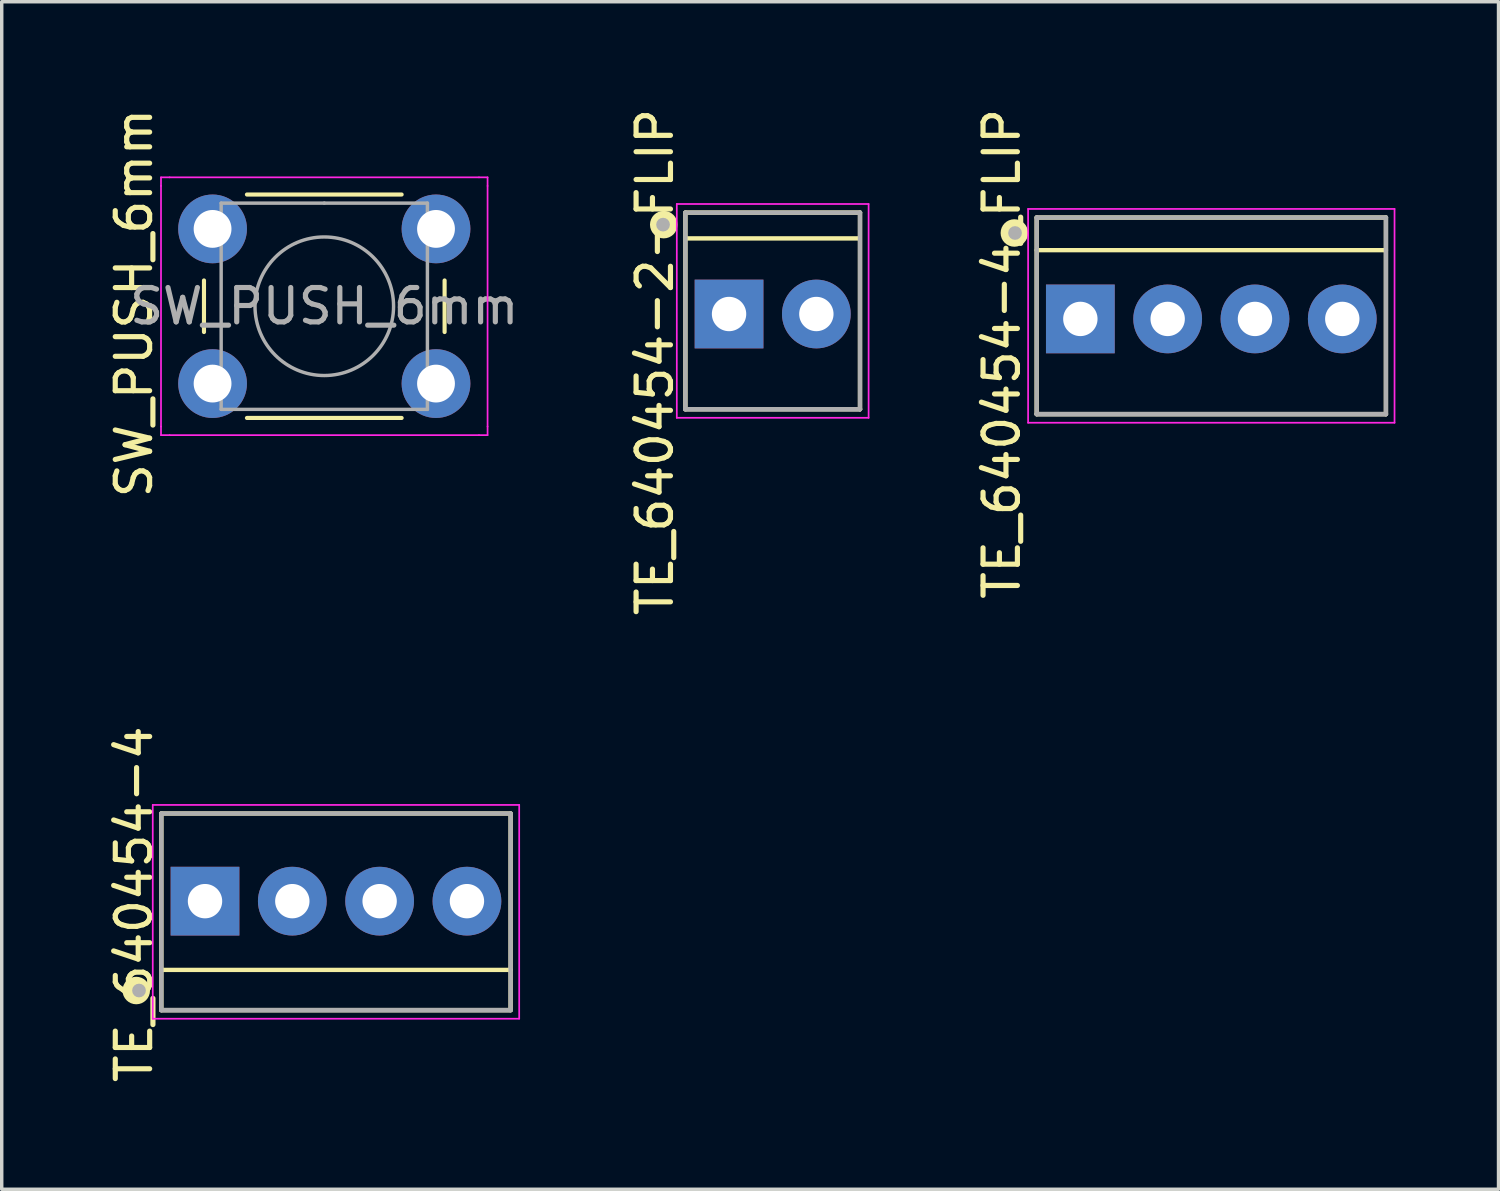
<source format=kicad_pcb>
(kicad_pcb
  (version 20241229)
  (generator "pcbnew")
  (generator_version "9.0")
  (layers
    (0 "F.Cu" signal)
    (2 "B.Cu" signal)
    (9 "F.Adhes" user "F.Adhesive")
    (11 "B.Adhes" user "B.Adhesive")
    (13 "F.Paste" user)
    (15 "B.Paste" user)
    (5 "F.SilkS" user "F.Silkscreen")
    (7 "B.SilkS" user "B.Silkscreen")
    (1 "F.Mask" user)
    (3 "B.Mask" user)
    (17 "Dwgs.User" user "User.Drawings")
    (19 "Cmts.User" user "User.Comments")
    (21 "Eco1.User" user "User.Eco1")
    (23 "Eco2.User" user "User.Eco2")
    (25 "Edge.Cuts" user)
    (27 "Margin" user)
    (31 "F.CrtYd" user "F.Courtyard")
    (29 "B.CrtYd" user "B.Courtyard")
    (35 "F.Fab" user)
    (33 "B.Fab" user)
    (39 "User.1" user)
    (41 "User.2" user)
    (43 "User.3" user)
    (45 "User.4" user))
  (footprint "TE_640454-4_FLIP"
    (layer "F.Cu")
    (at 28.379 6.228)
    (property "Reference" "TE_640454-4_FLIP" (at -2.286 1.016 270) (layer "F.SilkS") (effects (font (size 1 1) (thickness 0.15))))
    (attr through_hole)
    (fp_line (start -1.27 2.77) (end -1.27 -2.95) (stroke (width 0.127) (type solid)) (layer "F.SilkS"))
    (fp_line (start 8.89 -2.95) (end -1.27 -2.95) (stroke (width 0.127) (type solid)) (layer "F.SilkS"))
    (fp_line (start 8.89 -2.95) (end 8.89 2.77) (stroke (width 0.127) (type solid)) (layer "F.SilkS"))
    (fp_line (start 8.89 -2) (end -1.27 -2) (stroke (width 0.127) (type solid)) (layer "F.SilkS"))
    (fp_line (start 8.89 2.77) (end -1.27 2.77) (stroke (width 0.127) (type solid)) (layer "F.SilkS"))
    (fp_circle (center -1.92 -2.5) (end -1.72 -2.5) (stroke (width 0.4) (type solid)) (fill no) (layer "F.SilkS"))
    (fp_line (start -1.52 -3.2) (end 9.14 -3.2) (stroke (width 0.05) (type solid)) (layer "F.CrtYd"))
    (fp_line (start -1.52 3.02) (end -1.52 -3.2) (stroke (width 0.05) (type solid)) (layer "F.CrtYd"))
    (fp_line (start 9.14 -3.2) (end 9.14 3.02) (stroke (width 0.05) (type solid)) (layer "F.CrtYd"))
    (fp_line (start 9.14 3.02) (end -1.52 3.02) (stroke (width 0.05) (type solid)) (layer "F.CrtYd"))
    (fp_line (start -1.27 -2.95) (end 8.89 -2.95) (stroke (width 0.127) (type solid)) (layer "F.Fab"))
    (fp_line (start -1.27 2.77) (end -1.27 -2.95) (stroke (width 0.127) (type solid)) (layer "F.Fab"))
    (fp_line (start -1.27 2.77) (end -1.27 2.77) (stroke (width 0.127) (type solid)) (layer "F.Fab"))
    (fp_line (start -1.27 2.77) (end 8.89 2.77) (stroke (width 0.127) (type solid)) (layer "F.Fab"))
    (fp_line (start 8.89 -2.95) (end 8.89 2.77) (stroke (width 0.127) (type solid)) (layer "F.Fab"))
    (fp_line (start 8.89 2.77) (end -1.27 2.77) (stroke (width 0.127) (type solid)) (layer "F.Fab"))
    (fp_line (start 8.89 2.77) (end 8.89 2.77) (stroke (width 0.127) (type solid)) (layer "F.Fab"))
    (fp_circle (center -1.9 -2.5) (end -1.8 -2.5) (stroke (width 0.2) (type solid)) (fill no) (layer "F.Fab"))
    (pad "1" thru_hole rect (at 0 0) (size 2 2) (drill 1) (layers "*.Cu" "*.Mask"))
    (pad "2" thru_hole circle (at 2.54 0) (size 2 2) (drill 1) (layers "*.Cu" "*.Mask"))
    (pad "3" thru_hole circle (at 5.08 0) (size 2 2) (drill 1) (layers "*.Cu" "*.Mask"))
    (pad "4" thru_hole circle (at 7.62 0) (size 2 2) (drill 1) (layers "*.Cu" "*.Mask")))
  (footprint "SW_PUSH_6mm"
    (layer "F.Cu")
    (at 3.134 3.609)
    (property "Reference" "SW_PUSH_6mm" (at -2.286 2.159 90) (layer "F.SilkS") (effects (font (size 1 1) (thickness 0.15))))
    (attr through_hole)
    (fp_line (start -0.25 1.5) (end -0.25 3) (stroke (width 0.12) (type solid)) (layer "F.SilkS"))
    (fp_line (start 1 5.5) (end 5.5 5.5) (stroke (width 0.12) (type solid)) (layer "F.SilkS"))
    (fp_line (start 5.5 -1) (end 1 -1) (stroke (width 0.12) (type solid)) (layer "F.SilkS"))
    (fp_line (start 6.75 3) (end 6.75 1.5) (stroke (width 0.12) (type solid)) (layer "F.SilkS"))
    (fp_line (start -1.5 -1.5) (end -1.25 -1.5) (stroke (width 0.05) (type solid)) (layer "F.CrtYd"))
    (fp_line (start -1.5 -1.25) (end -1.5 -1.5) (stroke (width 0.05) (type solid)) (layer "F.CrtYd"))
    (fp_line (start -1.5 5.75) (end -1.5 -1.25) (stroke (width 0.05) (type solid)) (layer "F.CrtYd"))
    (fp_line (start -1.5 5.75) (end -1.5 6) (stroke (width 0.05) (type solid)) (layer "F.CrtYd"))
    (fp_line (start -1.5 6) (end -1.25 6) (stroke (width 0.05) (type solid)) (layer "F.CrtYd"))
    (fp_line (start -1.25 -1.5) (end 7.75 -1.5) (stroke (width 0.05) (type solid)) (layer "F.CrtYd"))
    (fp_line (start 7.75 -1.5) (end 8 -1.5) (stroke (width 0.05) (type solid)) (layer "F.CrtYd"))
    (fp_line (start 7.75 6) (end -1.25 6) (stroke (width 0.05) (type solid)) (layer "F.CrtYd"))
    (fp_line (start 7.75 6) (end 8 6) (stroke (width 0.05) (type solid)) (layer "F.CrtYd"))
    (fp_line (start 8 -1.5) (end 8 -1.25) (stroke (width 0.05) (type solid)) (layer "F.CrtYd"))
    (fp_line (start 8 -1.25) (end 8 5.75) (stroke (width 0.05) (type solid)) (layer "F.CrtYd"))
    (fp_line (start 8 6) (end 8 5.75) (stroke (width 0.05) (type solid)) (layer "F.CrtYd"))
    (fp_line (start 0.25 -0.75) (end 3.25 -0.75) (stroke (width 0.1) (type solid)) (layer "F.Fab"))
    (fp_line (start 0.25 5.25) (end 0.25 -0.75) (stroke (width 0.1) (type solid)) (layer "F.Fab"))
    (fp_line (start 3.25 -0.75) (end 6.25 -0.75) (stroke (width 0.1) (type solid)) (layer "F.Fab"))
    (fp_line (start 6.25 -0.75) (end 6.25 5.25) (stroke (width 0.1) (type solid)) (layer "F.Fab"))
    (fp_line (start 6.25 5.25) (end 0.25 5.25) (stroke (width 0.1) (type solid)) (layer "F.Fab"))
    (fp_circle (center 3.25 2.25) (end 1.25 2.5) (stroke (width 0.1) (type solid)) (fill no) (layer "F.Fab"))
    (fp_text user "${REFERENCE}" (at 3.25 2.25 0) (layer "F.Fab") (effects (font (size 1 1) (thickness 0.15))))
    (pad "1" thru_hole circle (at 0 0 90) (size 2 2) (drill 1.1) (layers "*.Cu" "*.Mask"))
    (pad "1" thru_hole circle (at 6.5 0 90) (size 2 2) (drill 1.1) (layers "*.Cu" "*.Mask"))
    (pad "2" thru_hole circle (at 0 4.5 90) (size 2 2) (drill 1.1) (layers "*.Cu" "*.Mask"))
    (pad "2" thru_hole circle (at 6.5 4.5 90) (size 2 2) (drill 1.1) (layers "*.Cu" "*.Mask")))
  (footprint "TE_640454-4"
    (layer "F.Cu")
    (at 2.914 23.166)
    (property "Reference" "TE_640454-4" (at -2.065 0.09 90) (layer "F.SilkS") (effects (font (size 1 1) (thickness 0.15))))
    (attr through_hole)
    (fp_line (start -1.27 3.17) (end -1.27 -2.55) (stroke (width 0.127) (type solid)) (layer "F.SilkS"))
    (fp_line (start 8.89 -2.55) (end -1.27 -2.55) (stroke (width 0.127) (type solid)) (layer "F.SilkS"))
    (fp_line (start 8.89 -2.55) (end 8.89 3.17) (stroke (width 0.127) (type solid)) (layer "F.SilkS"))
    (fp_line (start 8.89 2) (end -1.27 2) (stroke (width 0.127) (type solid)) (layer "F.SilkS"))
    (fp_line (start 8.89 3.17) (end -1.27 3.17) (stroke (width 0.127) (type solid)) (layer "F.SilkS"))
    (fp_circle (center -2 2.6) (end -1.8 2.6) (stroke (width 0.4) (type solid)) (fill no) (layer "F.SilkS"))
    (fp_line (start -1.52 -2.8) (end 9.14 -2.8) (stroke (width 0.05) (type solid)) (layer "F.CrtYd"))
    (fp_line (start -1.52 3.42) (end -1.52 -2.8) (stroke (width 0.05) (type solid)) (layer "F.CrtYd"))
    (fp_line (start 9.14 -2.8) (end 9.14 3.42) (stroke (width 0.05) (type solid)) (layer "F.CrtYd"))
    (fp_line (start 9.14 3.42) (end -1.52 3.42) (stroke (width 0.05) (type solid)) (layer "F.CrtYd"))
    (fp_line (start -1.27 -2.55) (end 8.89 -2.55) (stroke (width 0.127) (type solid)) (layer "F.Fab"))
    (fp_line (start -1.27 3.17) (end -1.27 -2.55) (stroke (width 0.127) (type solid)) (layer "F.Fab"))
    (fp_line (start -1.27 3.17) (end -1.27 3.17) (stroke (width 0.127) (type solid)) (layer "F.Fab"))
    (fp_line (start -1.27 3.17) (end 8.89 3.17) (stroke (width 0.127) (type solid)) (layer "F.Fab"))
    (fp_line (start 8.89 -2.55) (end 8.89 3.17) (stroke (width 0.127) (type solid)) (layer "F.Fab"))
    (fp_line (start 8.89 3.17) (end -1.27 3.17) (stroke (width 0.127) (type solid)) (layer "F.Fab"))
    (fp_line (start 8.89 3.17) (end 8.89 3.17) (stroke (width 0.127) (type solid)) (layer "F.Fab"))
    (fp_circle (center -1.92 2.6) (end -1.82 2.6) (stroke (width 0.2) (type solid)) (fill no) (layer "F.Fab"))
    (pad "1" thru_hole rect (at 0 0) (size 2 2) (drill 1) (layers "*.Cu" "*.Mask"))
    (pad "2" thru_hole circle (at 2.54 0) (size 2 2) (drill 1) (layers "*.Cu" "*.Mask"))
    (pad "3" thru_hole circle (at 5.08 0) (size 2 2) (drill 1) (layers "*.Cu" "*.Mask"))
    (pad "4" thru_hole circle (at 7.62 0) (size 2 2) (drill 1) (layers "*.Cu" "*.Mask")))
  (footprint "TE_640454-2-FLIP"
    (layer "F.Cu")
    (at 18.159 6.085)
    (property "Reference" "TE_640454-2-FLIP" (at -2.159 1.397 270) (layer "F.SilkS") (effects (font (size 1 1) (thickness 0.15))))
    (attr through_hole)
    (fp_line (start -1.27 2.77) (end -1.27 -2.95) (stroke (width 0.127) (type solid)) (layer "F.SilkS"))
    (fp_line (start 3.78 -2.2) (end -1.2 -2.2) (stroke (width 0.127) (type solid)) (layer "F.SilkS"))
    (fp_line (start 3.81 -2.95) (end -1.27 -2.95) (stroke (width 0.127) (type solid)) (layer "F.SilkS"))
    (fp_line (start 3.81 -2.95) (end 3.81 2.77) (stroke (width 0.127) (type solid)) (layer "F.SilkS"))
    (fp_line (start 3.81 2.77) (end -1.27 2.77) (stroke (width 0.127) (type solid)) (layer "F.SilkS"))
    (fp_circle (center -1.9 -2.6) (end -1.7 -2.6) (stroke (width 0.4) (type solid)) (fill no) (layer "F.SilkS"))
    (fp_line (start -1.52 -3.2) (end 4.06 -3.2) (stroke (width 0.05) (type solid)) (layer "F.CrtYd"))
    (fp_line (start -1.52 3.02) (end -1.52 -3.2) (stroke (width 0.05) (type solid)) (layer "F.CrtYd"))
    (fp_line (start 4.06 -3.2) (end 4.06 3.02) (stroke (width 0.05) (type solid)) (layer "F.CrtYd"))
    (fp_line (start 4.06 3.02) (end -1.52 3.02) (stroke (width 0.05) (type solid)) (layer "F.CrtYd"))
    (fp_line (start -1.27 -2.95) (end 3.81 -2.95) (stroke (width 0.127) (type solid)) (layer "F.Fab"))
    (fp_line (start -1.27 2.77) (end -1.27 -2.95) (stroke (width 0.127) (type solid)) (layer "F.Fab"))
    (fp_line (start -1.27 2.77) (end -1.27 2.77) (stroke (width 0.127) (type solid)) (layer "F.Fab"))
    (fp_line (start -1.27 2.77) (end 3.81 2.77) (stroke (width 0.127) (type solid)) (layer "F.Fab"))
    (fp_line (start 3.81 -2.95) (end 3.81 2.77) (stroke (width 0.127) (type solid)) (layer "F.Fab"))
    (fp_line (start 3.81 2.77) (end -1.27 2.77) (stroke (width 0.127) (type solid)) (layer "F.Fab"))
    (fp_line (start 3.81 2.77) (end 3.81 2.77) (stroke (width 0.127) (type solid)) (layer "F.Fab"))
    (fp_circle (center -1.92 -2.6) (end -1.82 -2.6) (stroke (width 0.2) (type solid)) (fill no) (layer "F.Fab"))
    (pad "1" thru_hole rect (at 0 0) (size 2 2) (drill 1) (layers "*.Cu" "*.Mask"))
    (pad "2" thru_hole circle (at 2.54 0) (size 2 2) (drill 1) (layers "*.Cu" "*.Mask")))
  (gr_rect
    (start -3 -3)
    (end 40.544 31.548)
    (stroke (width 0.1) (type default))
    (fill no)
    (layer "Edge.Cuts")))
</source>
